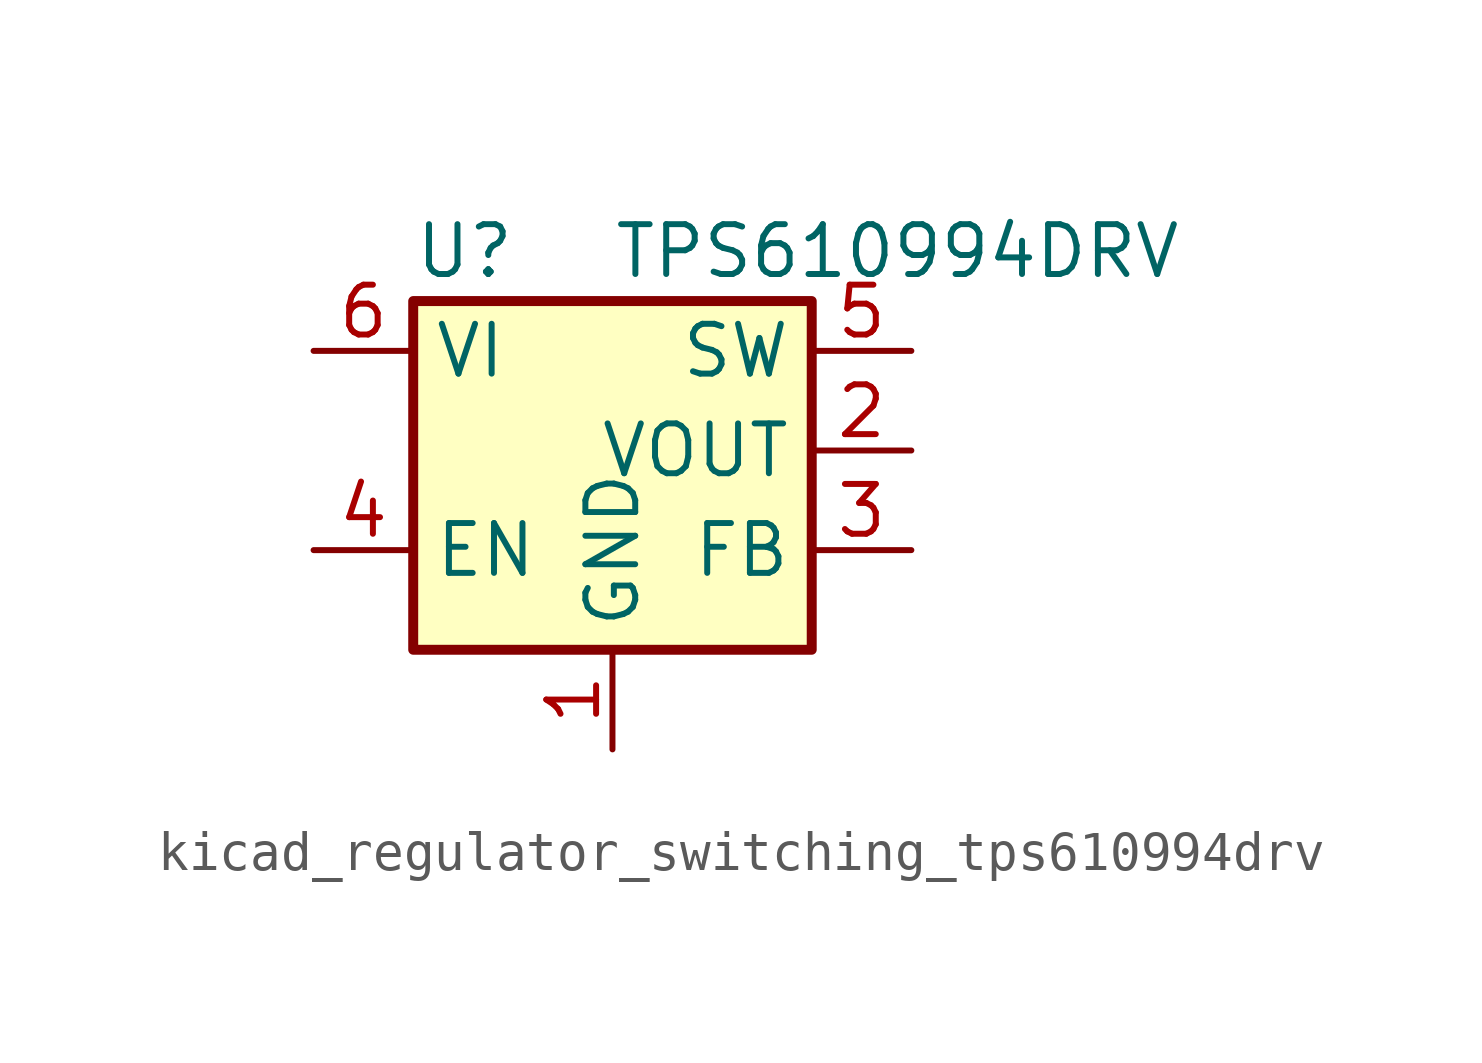
<source format=kicad_sym>
(kicad_symbol_lib
  (version 20220914)
  (generator kicad_symbol_editor)
  (symbol "kicad_regulator_switching_tps610994drv"
    (property "Reference" "U"
      (at -5.08 7.62 0)
      (effects (font (size 1.27 1.27)) (justify left)))
    (property "Value" "TPS610994DRV"
      (at 0 7.62 0)
      (effects (font (size 1.27 1.27)) (justify left)))
    (symbol "kicad_regulator_switching_tps610994drv_0_1"
      (rectangle (start -5.08 6.35) (end 5.08 -2.54) (stroke (width 0.254) (type default)) (fill (type background))))
    (symbol "kicad_regulator_switching_tps610994drv_1_1"
      (pin power_in line (at 0 -5.08 90) (length 2.54) (name "GND" (effects (font (size 1.27 1.27)))) (number "1" (effects (font (size 1.27 1.27)))))
      (pin power_out line (at 7.62 2.54 180) (length 2.54) (name "VOUT" (effects (font (size 1.27 1.27)))) (number "2" (effects (font (size 1.27 1.27)))))
      (pin passive line (at 7.62 0 180) (length 2.54) (name "FB" (effects (font (size 1.27 1.27)))) (number "3" (effects (font (size 1.27 1.27)))))
      (pin input line (at -7.62 0 0) (length 2.54) (name "EN" (effects (font (size 1.27 1.27)))) (number "4" (effects (font (size 1.27 1.27)))))
      (pin power_in line (at 7.62 5.08 180) (length 2.54) (name "SW" (effects (font (size 1.27 1.27)))) (number "5" (effects (font (size 1.27 1.27)))))
      (pin power_in line (at -7.62 5.08 0) (length 2.54) (name "VI" (effects (font (size 1.27 1.27)))) (number "6" (effects (font (size 1.27 1.27)))))
      (pin passive line (at 0 -5.08 90) (length 2.54) hide (name "GND" (effects (font (size 1.27 1.27)))) (number "7" (effects (font (size 1.27 1.27))))))))
</source>
